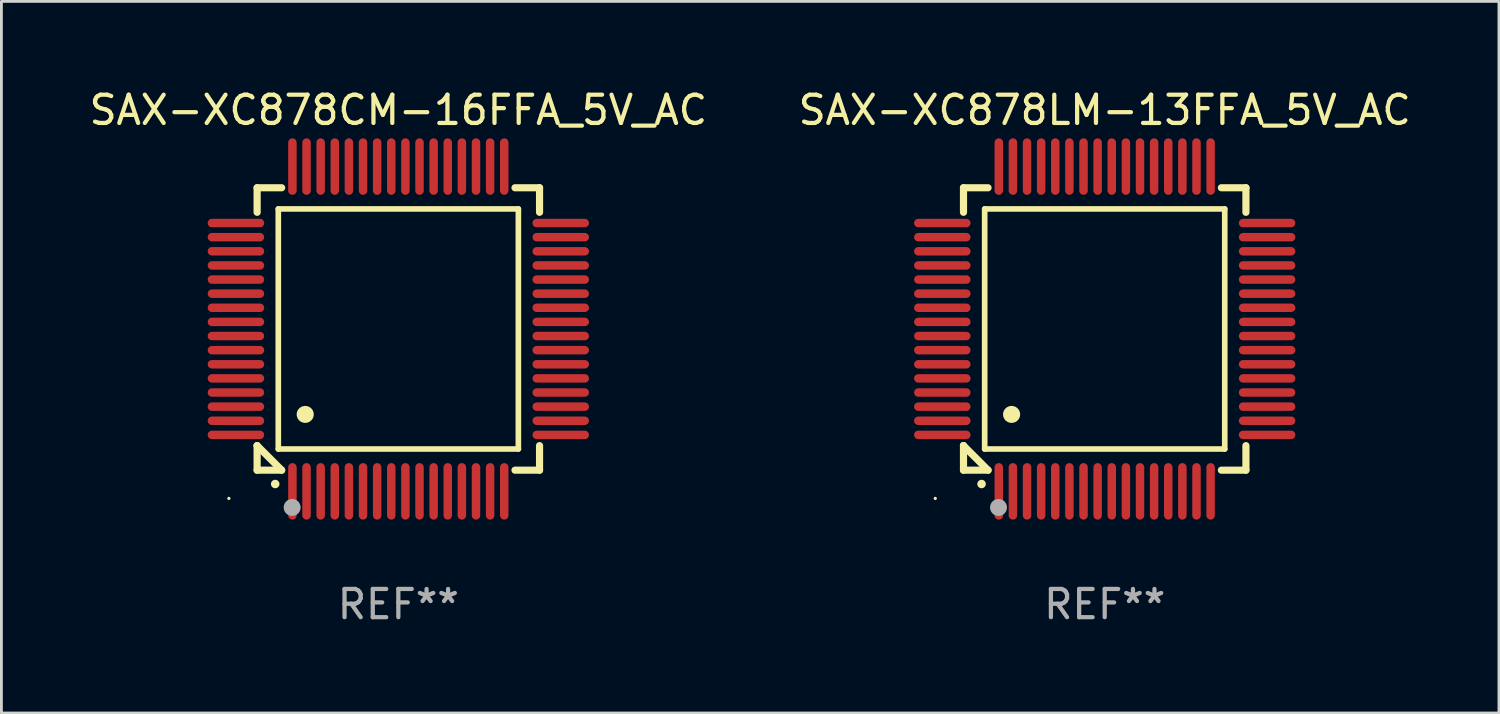
<source format=kicad_pcb>
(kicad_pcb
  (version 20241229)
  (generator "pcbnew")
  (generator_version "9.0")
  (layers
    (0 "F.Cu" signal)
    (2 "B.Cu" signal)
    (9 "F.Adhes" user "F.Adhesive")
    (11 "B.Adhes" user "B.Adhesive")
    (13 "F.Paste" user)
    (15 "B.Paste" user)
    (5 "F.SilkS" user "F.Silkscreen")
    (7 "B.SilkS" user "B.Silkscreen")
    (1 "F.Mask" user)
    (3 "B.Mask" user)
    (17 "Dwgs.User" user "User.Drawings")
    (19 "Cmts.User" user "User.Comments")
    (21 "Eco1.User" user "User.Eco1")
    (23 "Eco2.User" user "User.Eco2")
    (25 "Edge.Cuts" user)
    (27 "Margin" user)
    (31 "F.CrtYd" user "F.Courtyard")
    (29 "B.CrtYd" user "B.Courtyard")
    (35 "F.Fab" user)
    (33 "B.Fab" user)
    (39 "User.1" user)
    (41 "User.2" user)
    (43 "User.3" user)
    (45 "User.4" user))
  (footprint "SAX-XC878LM-13FFA_5V_AC"
    (layer "F.Cu")
    (at 36.065 8.598)
    (property "Reference" "SAX-XC878LM-13FFA_5V_AC" (at 0 -7.75 0) (layer "F.SilkS") (effects (font (size 1 1) (thickness 0.15))))
    (attr through_hole)
    (fp_line (start -5 -5) (end -4.131 -5) (stroke (width 0.254) (type solid)) (layer "F.SilkS"))
    (fp_line (start -5 -4.131) (end -5 -5) (stroke (width 0.254) (type solid)) (layer "F.SilkS"))
    (fp_line (start -5 4.131) (end -5 4.131) (stroke (width 0.254) (type solid)) (layer "F.SilkS"))
    (fp_line (start -5 5) (end -5 4.131) (stroke (width 0.254) (type solid)) (layer "F.SilkS"))
    (fp_line (start -5 4.131) (end -4.131 5) (stroke (width 0.254) (type solid)) (layer "F.SilkS"))
    (fp_line (start -4.25 -4.25) (end -4.25 4.25) (stroke (width 0.2) (type solid)) (layer "F.SilkS"))
    (fp_line (start -4.25 4.25) (end 4.25 4.25) (stroke (width 0.2) (type solid)) (layer "F.SilkS"))
    (fp_line (start -4.131 5) (end -5 5) (stroke (width 0.254) (type solid)) (layer "F.SilkS"))
    (fp_line (start 4.25 -4.25) (end -4.25 -4.25) (stroke (width 0.2) (type solid)) (layer "F.SilkS"))
    (fp_line (start 4.25 4.25) (end 4.25 -4.25) (stroke (width 0.2) (type solid)) (layer "F.SilkS"))
    (fp_line (start 5 -5) (end 4.131 -5) (stroke (width 0.254) (type solid)) (layer "F.SilkS"))
    (fp_line (start 5 -5) (end 5 -4.131) (stroke (width 0.254) (type solid)) (layer "F.SilkS"))
    (fp_line (start 5 4.131) (end 5 5) (stroke (width 0.254) (type solid)) (layer "F.SilkS"))
    (fp_line (start 5 5) (end 4.131 5) (stroke (width 0.254) (type solid)) (layer "F.SilkS"))
    (fp_arc (start -4.361265 5.489992) (mid -4.359995 5.489987) (end -4.358725 5.489992) (stroke (width 0.3) (type solid)) (layer "F.SilkS"))
    (fp_arc (start -3.299467 3.025146) (mid -3.296927 3.025135) (end -3.294387 3.025146) (stroke (width 0.6) (type solid)) (layer "F.SilkS"))
    (fp_circle (center -6 6) (end -5.97 6) (stroke (width 0.06) (type solid)) (fill no) (layer "F.SilkS"))
    (fp_circle (center -3.76 6.32) (end -3.61 6.32) (stroke (width 0.3) (type solid)) (fill no) (layer "F.Fab"))
    (fp_text user "REF**" (at 0 9.75 0) (layer "F.Fab") (effects (font (size 1 1) (thickness 0.15))))
    (pad "1" smd oval (at -3.75 5.75) (size 0.3 2) (layers "F.Cu" "F.Mask" "F.Paste"))
    (pad "2" smd oval (at -3.25 5.75) (size 0.3 2) (layers "F.Cu" "F.Mask" "F.Paste"))
    (pad "3" smd oval (at -2.75 5.75) (size 0.3 2) (layers "F.Cu" "F.Mask" "F.Paste"))
    (pad "4" smd oval (at -2.25 5.75) (size 0.3 2) (layers "F.Cu" "F.Mask" "F.Paste"))
    (pad "5" smd oval (at -1.75 5.75) (size 0.3 2) (layers "F.Cu" "F.Mask" "F.Paste"))
    (pad "6" smd oval (at -1.25 5.75) (size 0.3 2) (layers "F.Cu" "F.Mask" "F.Paste"))
    (pad "7" smd oval (at -0.75 5.75) (size 0.3 2) (layers "F.Cu" "F.Mask" "F.Paste"))
    (pad "8" smd oval (at -0.25 5.75) (size 0.3 2) (layers "F.Cu" "F.Mask" "F.Paste"))
    (pad "9" smd oval (at 0.25 5.75) (size 0.3 2) (layers "F.Cu" "F.Mask" "F.Paste"))
    (pad "10" smd oval (at 0.75 5.75) (size 0.3 2) (layers "F.Cu" "F.Mask" "F.Paste"))
    (pad "11" smd oval (at 1.25 5.75) (size 0.3 2) (layers "F.Cu" "F.Mask" "F.Paste"))
    (pad "12" smd oval (at 1.75 5.75) (size 0.3 2) (layers "F.Cu" "F.Mask" "F.Paste"))
    (pad "13" smd oval (at 2.25 5.75) (size 0.3 2) (layers "F.Cu" "F.Mask" "F.Paste"))
    (pad "14" smd oval (at 2.75 5.75) (size 0.3 2) (layers "F.Cu" "F.Mask" "F.Paste"))
    (pad "15" smd oval (at 3.25 5.75) (size 0.3 2) (layers "F.Cu" "F.Mask" "F.Paste"))
    (pad "16" smd oval (at 3.75 5.75) (size 0.3 2) (layers "F.Cu" "F.Mask" "F.Paste"))
    (pad "17" smd oval (at 5.75 3.75) (size 2 0.3) (layers "F.Cu" "F.Mask" "F.Paste"))
    (pad "18" smd oval (at 5.75 3.25) (size 2 0.3) (layers "F.Cu" "F.Mask" "F.Paste"))
    (pad "19" smd oval (at 5.75 2.75) (size 2 0.3) (layers "F.Cu" "F.Mask" "F.Paste"))
    (pad "20" smd oval (at 5.75 2.25) (size 2 0.3) (layers "F.Cu" "F.Mask" "F.Paste"))
    (pad "21" smd oval (at 5.75 1.75) (size 2 0.3) (layers "F.Cu" "F.Mask" "F.Paste"))
    (pad "22" smd oval (at 5.75 1.25) (size 2 0.3) (layers "F.Cu" "F.Mask" "F.Paste"))
    (pad "23" smd oval (at 5.75 0.75) (size 2 0.3) (layers "F.Cu" "F.Mask" "F.Paste"))
    (pad "24" smd oval (at 5.75 0.25) (size 2 0.3) (layers "F.Cu" "F.Mask" "F.Paste"))
    (pad "25" smd oval (at 5.75 -0.25) (size 2 0.3) (layers "F.Cu" "F.Mask" "F.Paste"))
    (pad "26" smd oval (at 5.75 -0.75) (size 2 0.3) (layers "F.Cu" "F.Mask" "F.Paste"))
    (pad "27" smd oval (at 5.75 -1.25) (size 2 0.3) (layers "F.Cu" "F.Mask" "F.Paste"))
    (pad "28" smd oval (at 5.75 -1.75) (size 2 0.3) (layers "F.Cu" "F.Mask" "F.Paste"))
    (pad "29" smd oval (at 5.75 -2.25) (size 2 0.3) (layers "F.Cu" "F.Mask" "F.Paste"))
    (pad "30" smd oval (at 5.75 -2.75) (size 2 0.3) (layers "F.Cu" "F.Mask" "F.Paste"))
    (pad "31" smd oval (at 5.75 -3.25) (size 2 0.3) (layers "F.Cu" "F.Mask" "F.Paste"))
    (pad "32" smd oval (at 5.75 -3.75) (size 2 0.3) (layers "F.Cu" "F.Mask" "F.Paste"))
    (pad "33" smd oval (at 3.75 -5.75) (size 0.3 2) (layers "F.Cu" "F.Mask" "F.Paste"))
    (pad "34" smd oval (at 3.25 -5.75) (size 0.3 2) (layers "F.Cu" "F.Mask" "F.Paste"))
    (pad "35" smd oval (at 2.75 -5.75) (size 0.3 2) (layers "F.Cu" "F.Mask" "F.Paste"))
    (pad "36" smd oval (at 2.25 -5.75) (size 0.3 2) (layers "F.Cu" "F.Mask" "F.Paste"))
    (pad "37" smd oval (at 1.75 -5.75) (size 0.3 2) (layers "F.Cu" "F.Mask" "F.Paste"))
    (pad "38" smd oval (at 1.25 -5.75) (size 0.3 2) (layers "F.Cu" "F.Mask" "F.Paste"))
    (pad "39" smd oval (at 0.75 -5.75) (size 0.3 2) (layers "F.Cu" "F.Mask" "F.Paste"))
    (pad "40" smd oval (at 0.25 -5.75) (size 0.3 2) (layers "F.Cu" "F.Mask" "F.Paste"))
    (pad "41" smd oval (at -0.25 -5.75) (size 0.3 2) (layers "F.Cu" "F.Mask" "F.Paste"))
    (pad "42" smd oval (at -0.75 -5.75) (size 0.3 2) (layers "F.Cu" "F.Mask" "F.Paste"))
    (pad "43" smd oval (at -1.25 -5.75) (size 0.3 2) (layers "F.Cu" "F.Mask" "F.Paste"))
    (pad "44" smd oval (at -1.75 -5.75) (size 0.3 2) (layers "F.Cu" "F.Mask" "F.Paste"))
    (pad "45" smd oval (at -2.25 -5.75) (size 0.3 2) (layers "F.Cu" "F.Mask" "F.Paste"))
    (pad "46" smd oval (at -2.75 -5.75) (size 0.3 2) (layers "F.Cu" "F.Mask" "F.Paste"))
    (pad "47" smd oval (at -3.25 -5.75) (size 0.3 2) (layers "F.Cu" "F.Mask" "F.Paste"))
    (pad "48" smd oval (at -3.75 -5.75) (size 0.3 2) (layers "F.Cu" "F.Mask" "F.Paste"))
    (pad "49" smd oval (at -5.75 -3.75) (size 2 0.3) (layers "F.Cu" "F.Mask" "F.Paste"))
    (pad "50" smd oval (at -5.75 -3.25) (size 2 0.3) (layers "F.Cu" "F.Mask" "F.Paste"))
    (pad "51" smd oval (at -5.75 -2.75) (size 2 0.3) (layers "F.Cu" "F.Mask" "F.Paste"))
    (pad "52" smd oval (at -5.75 -2.25) (size 2 0.3) (layers "F.Cu" "F.Mask" "F.Paste"))
    (pad "53" smd oval (at -5.75 -1.75) (size 2 0.3) (layers "F.Cu" "F.Mask" "F.Paste"))
    (pad "54" smd oval (at -5.75 -1.25) (size 2 0.3) (layers "F.Cu" "F.Mask" "F.Paste"))
    (pad "55" smd oval (at -5.75 -0.75) (size 2 0.3) (layers "F.Cu" "F.Mask" "F.Paste"))
    (pad "56" smd oval (at -5.75 -0.25) (size 2 0.3) (layers "F.Cu" "F.Mask" "F.Paste"))
    (pad "57" smd oval (at -5.75 0.25) (size 2 0.3) (layers "F.Cu" "F.Mask" "F.Paste"))
    (pad "58" smd oval (at -5.75 0.75) (size 2 0.3) (layers "F.Cu" "F.Mask" "F.Paste"))
    (pad "59" smd oval (at -5.75 1.25) (size 2 0.3) (layers "F.Cu" "F.Mask" "F.Paste"))
    (pad "60" smd oval (at -5.75 1.75) (size 2 0.3) (layers "F.Cu" "F.Mask" "F.Paste"))
    (pad "61" smd oval (at -5.75 2.25) (size 2 0.3) (layers "F.Cu" "F.Mask" "F.Paste"))
    (pad "62" smd oval (at -5.75 2.75) (size 2 0.3) (layers "F.Cu" "F.Mask" "F.Paste"))
    (pad "63" smd oval (at -5.75 3.25) (size 2 0.3) (layers "F.Cu" "F.Mask" "F.Paste"))
    (pad "64" smd oval (at -5.75 3.75) (size 2 0.3) (layers "F.Cu" "F.Mask" "F.Paste")))
  (footprint "SAX-XC878CM-16FFA_5V_AC"
    (layer "F.Cu")
    (at 11.054 8.598)
    (property "Reference" "SAX-XC878CM-16FFA_5V_AC" (at 0 -7.75 0) (layer "F.SilkS") (effects (font (size 1 1) (thickness 0.15))))
    (attr through_hole)
    (fp_line (start -5 -5) (end -4.131 -5) (stroke (width 0.254) (type solid)) (layer "F.SilkS"))
    (fp_line (start -5 -4.131) (end -5 -5) (stroke (width 0.254) (type solid)) (layer "F.SilkS"))
    (fp_line (start -5 4.131) (end -5 4.131) (stroke (width 0.254) (type solid)) (layer "F.SilkS"))
    (fp_line (start -5 5) (end -5 4.131) (stroke (width 0.254) (type solid)) (layer "F.SilkS"))
    (fp_line (start -5 4.131) (end -4.131 5) (stroke (width 0.254) (type solid)) (layer "F.SilkS"))
    (fp_line (start -4.25 -4.25) (end -4.25 4.25) (stroke (width 0.2) (type solid)) (layer "F.SilkS"))
    (fp_line (start -4.25 4.25) (end 4.25 4.25) (stroke (width 0.2) (type solid)) (layer "F.SilkS"))
    (fp_line (start -4.131 5) (end -5 5) (stroke (width 0.254) (type solid)) (layer "F.SilkS"))
    (fp_line (start 4.25 -4.25) (end -4.25 -4.25) (stroke (width 0.2) (type solid)) (layer "F.SilkS"))
    (fp_line (start 4.25 4.25) (end 4.25 -4.25) (stroke (width 0.2) (type solid)) (layer "F.SilkS"))
    (fp_line (start 5 -5) (end 4.131 -5) (stroke (width 0.254) (type solid)) (layer "F.SilkS"))
    (fp_line (start 5 -5) (end 5 -4.131) (stroke (width 0.254) (type solid)) (layer "F.SilkS"))
    (fp_line (start 5 4.131) (end 5 5) (stroke (width 0.254) (type solid)) (layer "F.SilkS"))
    (fp_line (start 5 5) (end 4.131 5) (stroke (width 0.254) (type solid)) (layer "F.SilkS"))
    (fp_arc (start -4.361265 5.489992) (mid -4.359995 5.489987) (end -4.358725 5.489992) (stroke (width 0.3) (type solid)) (layer "F.SilkS"))
    (fp_arc (start -3.299467 3.025146) (mid -3.296927 3.025135) (end -3.294387 3.025146) (stroke (width 0.6) (type solid)) (layer "F.SilkS"))
    (fp_circle (center -6 6) (end -5.97 6) (stroke (width 0.06) (type solid)) (fill no) (layer "F.SilkS"))
    (fp_circle (center -3.76 6.32) (end -3.61 6.32) (stroke (width 0.3) (type solid)) (fill no) (layer "F.Fab"))
    (fp_text user "REF**" (at 0 9.75 0) (layer "F.Fab") (effects (font (size 1 1) (thickness 0.15))))
    (pad "1" smd oval (at -3.75 5.75) (size 0.3 2) (layers "F.Cu" "F.Mask" "F.Paste"))
    (pad "2" smd oval (at -3.25 5.75) (size 0.3 2) (layers "F.Cu" "F.Mask" "F.Paste"))
    (pad "3" smd oval (at -2.75 5.75) (size 0.3 2) (layers "F.Cu" "F.Mask" "F.Paste"))
    (pad "4" smd oval (at -2.25 5.75) (size 0.3 2) (layers "F.Cu" "F.Mask" "F.Paste"))
    (pad "5" smd oval (at -1.75 5.75) (size 0.3 2) (layers "F.Cu" "F.Mask" "F.Paste"))
    (pad "6" smd oval (at -1.25 5.75) (size 0.3 2) (layers "F.Cu" "F.Mask" "F.Paste"))
    (pad "7" smd oval (at -0.75 5.75) (size 0.3 2) (layers "F.Cu" "F.Mask" "F.Paste"))
    (pad "8" smd oval (at -0.25 5.75) (size 0.3 2) (layers "F.Cu" "F.Mask" "F.Paste"))
    (pad "9" smd oval (at 0.25 5.75) (size 0.3 2) (layers "F.Cu" "F.Mask" "F.Paste"))
    (pad "10" smd oval (at 0.75 5.75) (size 0.3 2) (layers "F.Cu" "F.Mask" "F.Paste"))
    (pad "11" smd oval (at 1.25 5.75) (size 0.3 2) (layers "F.Cu" "F.Mask" "F.Paste"))
    (pad "12" smd oval (at 1.75 5.75) (size 0.3 2) (layers "F.Cu" "F.Mask" "F.Paste"))
    (pad "13" smd oval (at 2.25 5.75) (size 0.3 2) (layers "F.Cu" "F.Mask" "F.Paste"))
    (pad "14" smd oval (at 2.75 5.75) (size 0.3 2) (layers "F.Cu" "F.Mask" "F.Paste"))
    (pad "15" smd oval (at 3.25 5.75) (size 0.3 2) (layers "F.Cu" "F.Mask" "F.Paste"))
    (pad "16" smd oval (at 3.75 5.75) (size 0.3 2) (layers "F.Cu" "F.Mask" "F.Paste"))
    (pad "17" smd oval (at 5.75 3.75) (size 2 0.3) (layers "F.Cu" "F.Mask" "F.Paste"))
    (pad "18" smd oval (at 5.75 3.25) (size 2 0.3) (layers "F.Cu" "F.Mask" "F.Paste"))
    (pad "19" smd oval (at 5.75 2.75) (size 2 0.3) (layers "F.Cu" "F.Mask" "F.Paste"))
    (pad "20" smd oval (at 5.75 2.25) (size 2 0.3) (layers "F.Cu" "F.Mask" "F.Paste"))
    (pad "21" smd oval (at 5.75 1.75) (size 2 0.3) (layers "F.Cu" "F.Mask" "F.Paste"))
    (pad "22" smd oval (at 5.75 1.25) (size 2 0.3) (layers "F.Cu" "F.Mask" "F.Paste"))
    (pad "23" smd oval (at 5.75 0.75) (size 2 0.3) (layers "F.Cu" "F.Mask" "F.Paste"))
    (pad "24" smd oval (at 5.75 0.25) (size 2 0.3) (layers "F.Cu" "F.Mask" "F.Paste"))
    (pad "25" smd oval (at 5.75 -0.25) (size 2 0.3) (layers "F.Cu" "F.Mask" "F.Paste"))
    (pad "26" smd oval (at 5.75 -0.75) (size 2 0.3) (layers "F.Cu" "F.Mask" "F.Paste"))
    (pad "27" smd oval (at 5.75 -1.25) (size 2 0.3) (layers "F.Cu" "F.Mask" "F.Paste"))
    (pad "28" smd oval (at 5.75 -1.75) (size 2 0.3) (layers "F.Cu" "F.Mask" "F.Paste"))
    (pad "29" smd oval (at 5.75 -2.25) (size 2 0.3) (layers "F.Cu" "F.Mask" "F.Paste"))
    (pad "30" smd oval (at 5.75 -2.75) (size 2 0.3) (layers "F.Cu" "F.Mask" "F.Paste"))
    (pad "31" smd oval (at 5.75 -3.25) (size 2 0.3) (layers "F.Cu" "F.Mask" "F.Paste"))
    (pad "32" smd oval (at 5.75 -3.75) (size 2 0.3) (layers "F.Cu" "F.Mask" "F.Paste"))
    (pad "33" smd oval (at 3.75 -5.75) (size 0.3 2) (layers "F.Cu" "F.Mask" "F.Paste"))
    (pad "34" smd oval (at 3.25 -5.75) (size 0.3 2) (layers "F.Cu" "F.Mask" "F.Paste"))
    (pad "35" smd oval (at 2.75 -5.75) (size 0.3 2) (layers "F.Cu" "F.Mask" "F.Paste"))
    (pad "36" smd oval (at 2.25 -5.75) (size 0.3 2) (layers "F.Cu" "F.Mask" "F.Paste"))
    (pad "37" smd oval (at 1.75 -5.75) (size 0.3 2) (layers "F.Cu" "F.Mask" "F.Paste"))
    (pad "38" smd oval (at 1.25 -5.75) (size 0.3 2) (layers "F.Cu" "F.Mask" "F.Paste"))
    (pad "39" smd oval (at 0.75 -5.75) (size 0.3 2) (layers "F.Cu" "F.Mask" "F.Paste"))
    (pad "40" smd oval (at 0.25 -5.75) (size 0.3 2) (layers "F.Cu" "F.Mask" "F.Paste"))
    (pad "41" smd oval (at -0.25 -5.75) (size 0.3 2) (layers "F.Cu" "F.Mask" "F.Paste"))
    (pad "42" smd oval (at -0.75 -5.75) (size 0.3 2) (layers "F.Cu" "F.Mask" "F.Paste"))
    (pad "43" smd oval (at -1.25 -5.75) (size 0.3 2) (layers "F.Cu" "F.Mask" "F.Paste"))
    (pad "44" smd oval (at -1.75 -5.75) (size 0.3 2) (layers "F.Cu" "F.Mask" "F.Paste"))
    (pad "45" smd oval (at -2.25 -5.75) (size 0.3 2) (layers "F.Cu" "F.Mask" "F.Paste"))
    (pad "46" smd oval (at -2.75 -5.75) (size 0.3 2) (layers "F.Cu" "F.Mask" "F.Paste"))
    (pad "47" smd oval (at -3.25 -5.75) (size 0.3 2) (layers "F.Cu" "F.Mask" "F.Paste"))
    (pad "48" smd oval (at -3.75 -5.75) (size 0.3 2) (layers "F.Cu" "F.Mask" "F.Paste"))
    (pad "49" smd oval (at -5.75 -3.75) (size 2 0.3) (layers "F.Cu" "F.Mask" "F.Paste"))
    (pad "50" smd oval (at -5.75 -3.25) (size 2 0.3) (layers "F.Cu" "F.Mask" "F.Paste"))
    (pad "51" smd oval (at -5.75 -2.75) (size 2 0.3) (layers "F.Cu" "F.Mask" "F.Paste"))
    (pad "52" smd oval (at -5.75 -2.25) (size 2 0.3) (layers "F.Cu" "F.Mask" "F.Paste"))
    (pad "53" smd oval (at -5.75 -1.75) (size 2 0.3) (layers "F.Cu" "F.Mask" "F.Paste"))
    (pad "54" smd oval (at -5.75 -1.25) (size 2 0.3) (layers "F.Cu" "F.Mask" "F.Paste"))
    (pad "55" smd oval (at -5.75 -0.75) (size 2 0.3) (layers "F.Cu" "F.Mask" "F.Paste"))
    (pad "56" smd oval (at -5.75 -0.25) (size 2 0.3) (layers "F.Cu" "F.Mask" "F.Paste"))
    (pad "57" smd oval (at -5.75 0.25) (size 2 0.3) (layers "F.Cu" "F.Mask" "F.Paste"))
    (pad "58" smd oval (at -5.75 0.75) (size 2 0.3) (layers "F.Cu" "F.Mask" "F.Paste"))
    (pad "59" smd oval (at -5.75 1.25) (size 2 0.3) (layers "F.Cu" "F.Mask" "F.Paste"))
    (pad "60" smd oval (at -5.75 1.75) (size 2 0.3) (layers "F.Cu" "F.Mask" "F.Paste"))
    (pad "61" smd oval (at -5.75 2.25) (size 2 0.3) (layers "F.Cu" "F.Mask" "F.Paste"))
    (pad "62" smd oval (at -5.75 2.75) (size 2 0.3) (layers "F.Cu" "F.Mask" "F.Paste"))
    (pad "63" smd oval (at -5.75 3.25) (size 2 0.3) (layers "F.Cu" "F.Mask" "F.Paste"))
    (pad "64" smd oval (at -5.75 3.75) (size 2 0.3) (layers "F.Cu" "F.Mask" "F.Paste")))
  (gr_rect
    (start -3 -3)
    (end 50.024 22.196)
    (stroke (width 0.1) (type default))
    (fill no)
    (layer "Edge.Cuts")))
</source>
